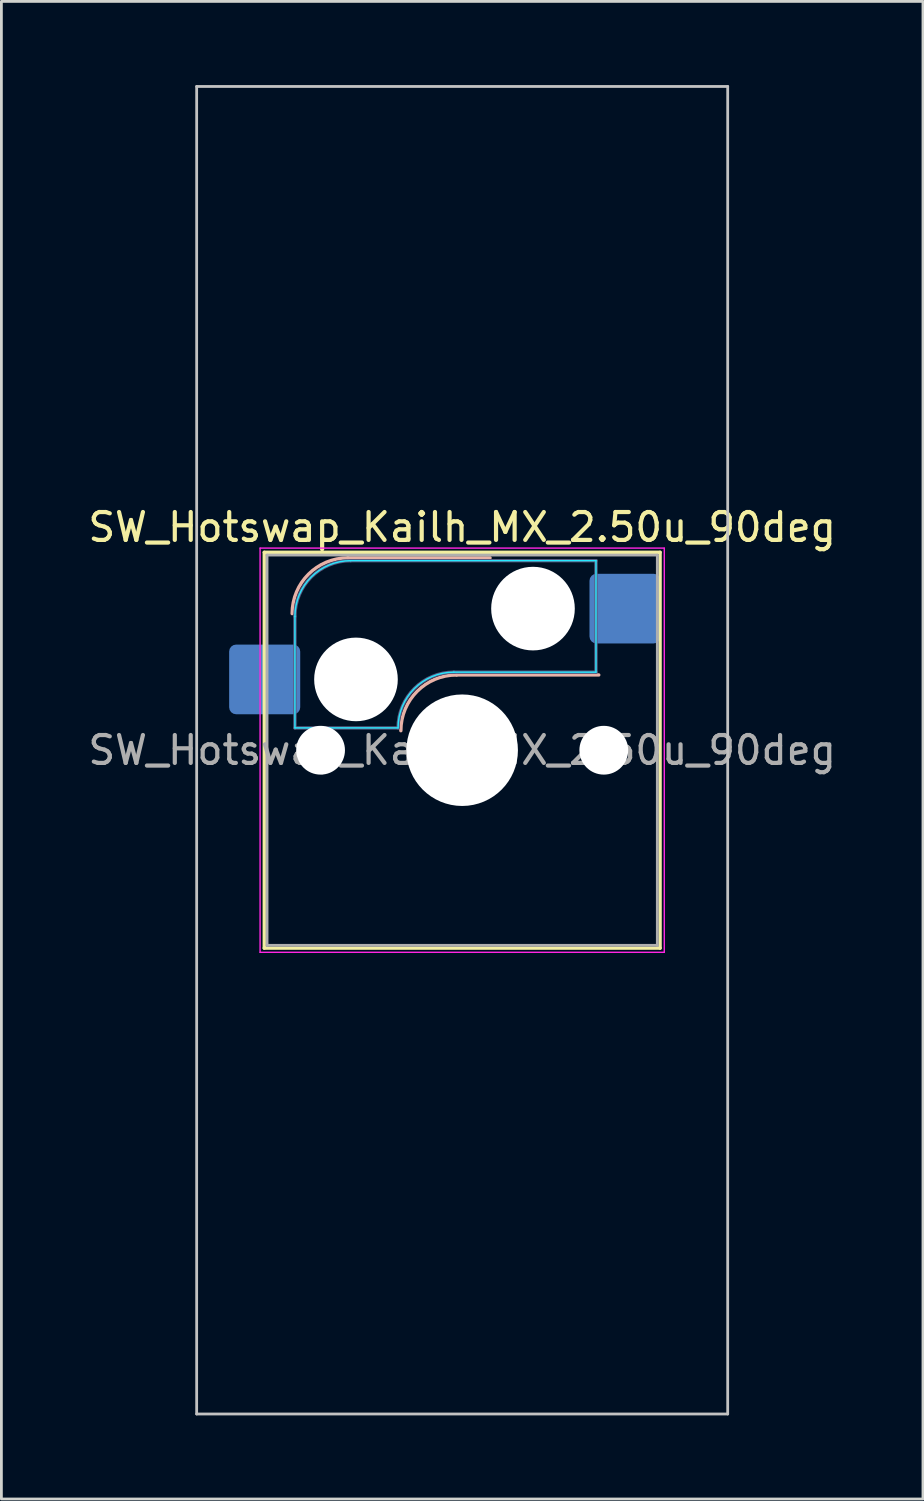
<source format=kicad_pcb>
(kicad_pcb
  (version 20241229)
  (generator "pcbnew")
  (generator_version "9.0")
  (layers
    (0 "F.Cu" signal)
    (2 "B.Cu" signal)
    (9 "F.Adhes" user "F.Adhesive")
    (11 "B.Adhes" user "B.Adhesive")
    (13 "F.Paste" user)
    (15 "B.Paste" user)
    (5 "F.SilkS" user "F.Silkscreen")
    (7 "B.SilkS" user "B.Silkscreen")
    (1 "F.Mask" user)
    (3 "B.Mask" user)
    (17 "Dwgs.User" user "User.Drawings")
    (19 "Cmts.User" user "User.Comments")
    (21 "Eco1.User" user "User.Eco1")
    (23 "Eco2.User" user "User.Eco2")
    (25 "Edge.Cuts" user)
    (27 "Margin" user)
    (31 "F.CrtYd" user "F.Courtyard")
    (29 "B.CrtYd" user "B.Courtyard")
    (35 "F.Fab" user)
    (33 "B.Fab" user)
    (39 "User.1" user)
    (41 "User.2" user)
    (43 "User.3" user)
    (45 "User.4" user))
  (footprint "SW_Hotswap_Kailh_MX_2.50u_90deg"
    (layer "F.Cu")
    (at 13.53 23.863)
    (property "Reference" "SW_Hotswap_Kailh_MX_2.50u_90deg" (at 0 -8 0) (layer "F.SilkS") (effects (font (size 1 1) (thickness 0.15))))
    (attr smd)
    (fp_line (start -7.1 -7.1) (end -7.1 7.1) (stroke (width 0.12) (type solid)) (layer "F.SilkS"))
    (fp_line (start -7.1 7.1) (end 7.1 7.1) (stroke (width 0.12) (type solid)) (layer "F.SilkS"))
    (fp_line (start 7.1 -7.1) (end -7.1 -7.1) (stroke (width 0.12) (type solid)) (layer "F.SilkS"))
    (fp_line (start 7.1 7.1) (end 7.1 -7.1) (stroke (width 0.12) (type solid)) (layer "F.SilkS"))
    (fp_line (start -4.1 -6.9) (end 1 -6.9) (stroke (width 0.12) (type solid)) (layer "B.SilkS"))
    (fp_line (start -0.2 -2.7) (end 4.9 -2.7) (stroke (width 0.12) (type solid)) (layer "B.SilkS"))
    (fp_arc (start -6.1 -4.9) (mid -5.514214 -6.314214) (end -4.1 -6.9) (stroke (width 0.12) (type solid)) (layer "B.SilkS"))
    (fp_arc (start -2.2 -0.7) (mid -1.614214 -2.114214) (end -0.2 -2.7) (stroke (width 0.12) (type solid)) (layer "B.SilkS"))
    (fp_line (start -9.525 -23.812) (end 9.525 -23.812) (stroke (width 0.1) (type solid)) (layer "Dwgs.User"))
    (fp_line (start -9.525 23.812) (end -9.525 -23.812) (stroke (width 0.1) (type solid)) (layer "Dwgs.User"))
    (fp_line (start 9.525 -23.812) (end 9.525 23.812) (stroke (width 0.1) (type solid)) (layer "Dwgs.User"))
    (fp_line (start 9.525 23.812) (end -9.525 23.812) (stroke (width 0.1) (type solid)) (layer "Dwgs.User"))
    (fp_line (start -7.8 -6) (end -7 -6) (stroke (width 0.1) (type solid)) (layer "Eco1.User"))
    (fp_line (start -7.8 -2.9) (end -7.8 -6) (stroke (width 0.1) (type solid)) (layer "Eco1.User"))
    (fp_line (start -7.8 2.9) (end -7 2.9) (stroke (width 0.1) (type solid)) (layer "Eco1.User"))
    (fp_line (start -7.8 6) (end -7.8 2.9) (stroke (width 0.1) (type solid)) (layer "Eco1.User"))
    (fp_line (start -7 -7) (end 7 -7) (stroke (width 0.1) (type solid)) (layer "Eco1.User"))
    (fp_line (start -7 -6) (end -7 -7) (stroke (width 0.1) (type solid)) (layer "Eco1.User"))
    (fp_line (start -7 -2.9) (end -7.8 -2.9) (stroke (width 0.1) (type solid)) (layer "Eco1.User"))
    (fp_line (start -7 2.9) (end -7 -2.9) (stroke (width 0.1) (type solid)) (layer "Eco1.User"))
    (fp_line (start -7 6) (end -7.8 6) (stroke (width 0.1) (type solid)) (layer "Eco1.User"))
    (fp_line (start -7 7) (end -7 6) (stroke (width 0.1) (type solid)) (layer "Eco1.User"))
    (fp_line (start 7 -7) (end 7 -6) (stroke (width 0.1) (type solid)) (layer "Eco1.User"))
    (fp_line (start 7 -6) (end 7.8 -6) (stroke (width 0.1) (type solid)) (layer "Eco1.User"))
    (fp_line (start 7 -2.9) (end 7 2.9) (stroke (width 0.1) (type solid)) (layer "Eco1.User"))
    (fp_line (start 7 2.9) (end 7.8 2.9) (stroke (width 0.1) (type solid)) (layer "Eco1.User"))
    (fp_line (start 7 6) (end 7 7) (stroke (width 0.1) (type solid)) (layer "Eco1.User"))
    (fp_line (start 7 7) (end -7 7) (stroke (width 0.1) (type solid)) (layer "Eco1.User"))
    (fp_line (start 7.8 -6) (end 7.8 -2.9) (stroke (width 0.1) (type solid)) (layer "Eco1.User"))
    (fp_line (start 7.8 -2.9) (end 7 -2.9) (stroke (width 0.1) (type solid)) (layer "Eco1.User"))
    (fp_line (start 7.8 2.9) (end 7.8 6) (stroke (width 0.1) (type solid)) (layer "Eco1.User"))
    (fp_line (start 7.8 6) (end 7 6) (stroke (width 0.1) (type solid)) (layer "Eco1.User"))
    (fp_line (start -6 -0.8) (end -6 -4.8) (stroke (width 0.05) (type solid)) (layer "B.CrtYd"))
    (fp_line (start -6 -0.8) (end -2.3 -0.8) (stroke (width 0.05) (type solid)) (layer "B.CrtYd"))
    (fp_line (start -4 -6.8) (end 4.8 -6.8) (stroke (width 0.05) (type solid)) (layer "B.CrtYd"))
    (fp_line (start -0.3 -2.8) (end 4.8 -2.8) (stroke (width 0.05) (type solid)) (layer "B.CrtYd"))
    (fp_line (start 4.8 -6.8) (end 4.8 -2.8) (stroke (width 0.05) (type solid)) (layer "B.CrtYd"))
    (fp_arc (start -6 -4.8) (mid -5.414214 -6.214214) (end -4 -6.8) (stroke (width 0.05) (type solid)) (layer "B.CrtYd"))
    (fp_arc (start -2.3 -0.8) (mid -1.714214 -2.214214) (end -0.3 -2.8) (stroke (width 0.05) (type solid)) (layer "B.CrtYd"))
    (fp_line (start -7.25 -7.25) (end -7.25 7.25) (stroke (width 0.05) (type solid)) (layer "F.CrtYd"))
    (fp_line (start -7.25 7.25) (end 7.25 7.25) (stroke (width 0.05) (type solid)) (layer "F.CrtYd"))
    (fp_line (start 7.25 -7.25) (end -7.25 -7.25) (stroke (width 0.05) (type solid)) (layer "F.CrtYd"))
    (fp_line (start 7.25 7.25) (end 7.25 -7.25) (stroke (width 0.05) (type solid)) (layer "F.CrtYd"))
    (fp_line (start -6 -0.8) (end -6 -4.8) (stroke (width 0.12) (type solid)) (layer "B.Fab"))
    (fp_line (start -6 -0.8) (end -2.3 -0.8) (stroke (width 0.12) (type solid)) (layer "B.Fab"))
    (fp_line (start -4 -6.8) (end 4.8 -6.8) (stroke (width 0.12) (type solid)) (layer "B.Fab"))
    (fp_line (start -0.3 -2.8) (end 4.8 -2.8) (stroke (width 0.12) (type solid)) (layer "B.Fab"))
    (fp_line (start 4.8 -6.8) (end 4.8 -2.8) (stroke (width 0.12) (type solid)) (layer "B.Fab"))
    (fp_arc (start -6 -4.8) (mid -5.414214 -6.214214) (end -4 -6.8) (stroke (width 0.12) (type solid)) (layer "B.Fab"))
    (fp_arc (start -2.3 -0.8) (mid -1.714214 -2.214214) (end -0.3 -2.8) (stroke (width 0.12) (type solid)) (layer "B.Fab"))
    (fp_line (start -7 -7) (end -7 7) (stroke (width 0.1) (type solid)) (layer "F.Fab"))
    (fp_line (start -7 7) (end 7 7) (stroke (width 0.1) (type solid)) (layer "F.Fab"))
    (fp_line (start 7 -7) (end -7 -7) (stroke (width 0.1) (type solid)) (layer "F.Fab"))
    (fp_line (start 7 7) (end 7 -7) (stroke (width 0.1) (type solid)) (layer "F.Fab"))
    (fp_text user "${REFERENCE}" (at 0 0 0) (layer "F.Fab") (effects (font (size 1 1) (thickness 0.15))))
    (pad "" np_thru_hole circle (at -5.08 0) (size 1.75 1.75) (drill 1.75) (layers "*.Cu" "*.Mask"))
    (pad "" np_thru_hole circle (at -3.81 -2.54) (size 3 3) (drill 3) (layers "*.Cu" "*.Mask"))
    (pad "" np_thru_hole circle (at 0 0) (size 4 4) (drill 4) (layers "*.Cu" "*.Mask"))
    (pad "" np_thru_hole circle (at 2.54 -5.08) (size 3 3) (drill 3) (layers "*.Cu" "*.Mask"))
    (pad "" np_thru_hole circle (at 5.08 0) (size 1.75 1.75) (drill 1.75) (layers "*.Cu" "*.Mask"))
    (pad "1" smd roundrect (at -7.085 -2.54) (size 2.55 2.5) (layers "B.Cu" "B.Mask" "B.Paste") (roundrect_rratio 0.1))
    (pad "2" smd roundrect (at 5.842 -5.08) (size 2.55 2.5) (layers "B.Cu" "B.Mask" "B.Paste") (roundrect_rratio 0.1)))
  (gr_rect
    (start -3 -3)
    (end 30.06 50.725)
    (stroke (width 0.1) (type default))
    (fill no)
    (layer "Edge.Cuts")))
</source>
